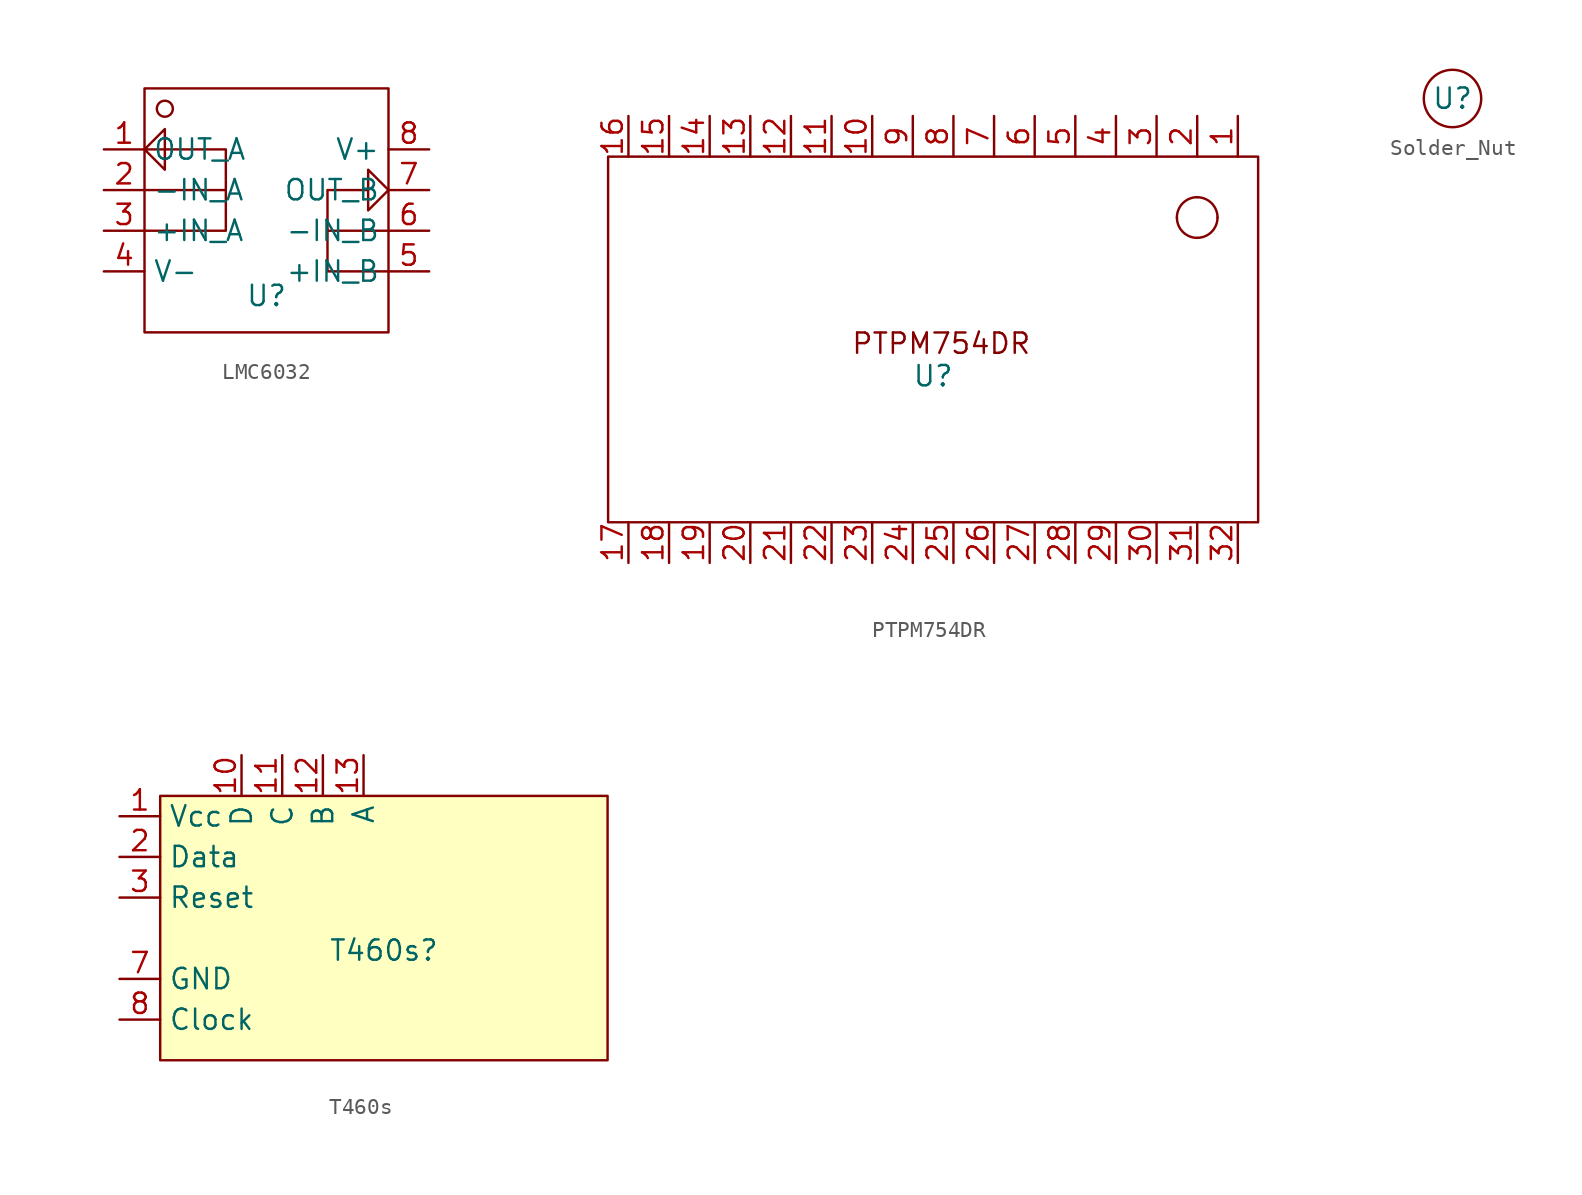
<source format=kicad_sym>
(kicad_symbol_lib
  (version 20241209)
  (generator "kicad_symbol_editor")
  (generator_version "9.0")
  (symbol "LMC6032"
    (property "Reference" "U"
      (at 0 -1.524 0)
      (effects (font (size 1.27 1.27))))
    (property "Value" ""
      (at 0 0 0)
      (effects (font (size 1.27 1.27))))
    (symbol "LMC6032_0_1"
      (rectangle (start -7.62 11.43) (end 7.62 -3.81) (stroke (width 0) (type default)) (fill (type none)))
      (polyline (pts (xy -7.62 5.08) (xy -3.81 5.08) (xy -2.54 5.08) (xy -2.54 7.62) (xy -7.62 7.62) (xy -6.35 8.89) (xy -6.35 6.35) (xy -7.62 7.62)) (stroke (width 0) (type default)) (fill (type none)))
      (polyline (pts (xy -7.62 2.54) (xy -2.54 2.54) (xy -2.54 5.08)) (stroke (width 0) (type default)) (fill (type none)))
      (circle (center -6.35 10.16) (radius 0.5) (stroke (width 0) (type default)) (fill (type none)))
      (polyline (pts (xy 7.62 5.08) (xy 6.35 6.35) (xy 6.35 3.81) (xy 7.62 5.08)) (stroke (width 0) (type default)) (fill (type none)))
      (polyline (pts (xy 7.62 2.54) (xy 3.81 2.54) (xy 3.81 5.08) (xy 6.35 5.08)) (stroke (width 0) (type default)) (fill (type none)))
      (polyline (pts (xy 7.62 0) (xy 3.81 0) (xy 3.81 2.54)) (stroke (width 0) (type default)) (fill (type none))))
    (symbol "LMC6032_1_1"
      (pin output line (at -10.16 7.62 0) (length 2.54) (name "OUT_A" (effects (font (size 1.27 1.27)))) (number "1" (effects (font (size 1.27 1.27)))))
      (pin input line (at -10.16 5.08 0) (length 2.54) (name "-IN_A" (effects (font (size 1.27 1.27)))) (number "2" (effects (font (size 1.27 1.27)))))
      (pin input line (at -10.16 2.54 0) (length 2.54) (name "+IN_A" (effects (font (size 1.27 1.27)))) (number "3" (effects (font (size 1.27 1.27)))))
      (pin power_in line (at -10.16 0 0) (length 2.54) (name "V-" (effects (font (size 1.27 1.27)))) (number "4" (effects (font (size 1.27 1.27)))))
      (pin power_in line (at 10.16 7.62 180) (length 2.54) (name "V+" (effects (font (size 1.27 1.27)))) (number "8" (effects (font (size 1.27 1.27)))))
      (pin output line (at 10.16 5.08 180) (length 2.54) (name "OUT_B" (effects (font (size 1.27 1.27)))) (number "7" (effects (font (size 1.27 1.27)))))
      (pin input line (at 10.16 2.54 180) (length 2.54) (name "-IN_B" (effects (font (size 1.27 1.27)))) (number "6" (effects (font (size 1.27 1.27)))))
      (pin input line (at 10.16 0 180) (length 2.54) (name "+IN_B" (effects (font (size 1.27 1.27)))) (number "5" (effects (font (size 1.27 1.27)))))))
  (symbol "PTPM754DR"
    (property "Reference" "U"
      (at 0 -2.286 0)
      (effects (font (size 1.27 1.27))))
    (property "Value" ""
      (at 0 0 0)
      (effects (font (size 1.27 1.27))))
    (symbol "PTPM754DR_0_1"
      (rectangle (start -20.32 11.43) (end 20.32 -11.43) (stroke (width 0) (type default)) (fill (type none)))
      (arc (start 15.24 7.62) (mid 15.612 8.518) (end 16.51 8.89) (stroke (width 0) (type default)) (fill (type none)))
      (arc (start 16.51 8.89) (mid 17.408 8.518) (end 17.78 7.62) (stroke (width 0) (type default)) (fill (type none)))
      (arc (start 17.78 7.62) (mid 17.408 6.722) (end 16.51 6.35) (stroke (width 0) (type default)) (fill (type none)))
      (arc (start 16.51 6.35) (mid 15.612 6.722) (end 15.24 7.62) (stroke (width 0) (type default)) (fill (type none))))
    (symbol "PTPM754DR_1_1"
      (text "PTPM754DR" (at 0.508 -0.254 0) (effects (font (size 1.27 1.27))))
      (pin bidirectional line (at -19.05 13.97 270) (length 2.54) (name "" (effects (font (size 1.27 1.27)))) (number "16" (effects (font (size 1.27 1.27)))))
      (pin bidirectional line (at -19.05 -13.97 90) (length 2.54) (name "" (effects (font (size 1.27 1.27)))) (number "17" (effects (font (size 1.27 1.27)))))
      (pin bidirectional line (at -16.51 13.97 270) (length 2.54) (name "" (effects (font (size 1.27 1.27)))) (number "15" (effects (font (size 1.27 1.27)))))
      (pin bidirectional line (at -16.51 -13.97 90) (length 2.54) (name "" (effects (font (size 1.27 1.27)))) (number "18" (effects (font (size 1.27 1.27)))))
      (pin bidirectional line (at -13.97 13.97 270) (length 2.54) (name "" (effects (font (size 1.27 1.27)))) (number "14" (effects (font (size 1.27 1.27)))))
      (pin bidirectional line (at -13.97 -13.97 90) (length 2.54) (name "" (effects (font (size 1.27 1.27)))) (number "19" (effects (font (size 1.27 1.27)))))
      (pin bidirectional line (at -11.43 13.97 270) (length 2.54) (name "" (effects (font (size 1.27 1.27)))) (number "13" (effects (font (size 1.27 1.27)))))
      (pin bidirectional line (at -11.43 -13.97 90) (length 2.54) (name "" (effects (font (size 1.27 1.27)))) (number "20" (effects (font (size 1.27 1.27)))))
      (pin bidirectional line (at -8.89 13.97 270) (length 2.54) (name "" (effects (font (size 1.27 1.27)))) (number "12" (effects (font (size 1.27 1.27)))))
      (pin bidirectional line (at -8.89 -13.97 90) (length 2.54) (name "" (effects (font (size 1.27 1.27)))) (number "21" (effects (font (size 1.27 1.27)))))
      (pin bidirectional line (at -6.35 13.97 270) (length 2.54) (name "" (effects (font (size 1.27 1.27)))) (number "11" (effects (font (size 1.27 1.27)))))
      (pin bidirectional line (at -6.35 -13.97 90) (length 2.54) (name "" (effects (font (size 1.27 1.27)))) (number "22" (effects (font (size 1.27 1.27)))))
      (pin bidirectional line (at -3.81 13.97 270) (length 2.54) (name "" (effects (font (size 1.27 1.27)))) (number "10" (effects (font (size 1.27 1.27)))))
      (pin bidirectional line (at -3.81 -13.97 90) (length 2.54) (name "" (effects (font (size 1.27 1.27)))) (number "23" (effects (font (size 1.27 1.27)))))
      (pin bidirectional line (at -1.27 13.97 270) (length 2.54) (name "" (effects (font (size 1.27 1.27)))) (number "9" (effects (font (size 1.27 1.27)))))
      (pin bidirectional line (at -1.27 -13.97 90) (length 2.54) (name "" (effects (font (size 1.27 1.27)))) (number "24" (effects (font (size 1.27 1.27)))))
      (pin bidirectional line (at 1.27 13.97 270) (length 2.54) (name "" (effects (font (size 1.27 1.27)))) (number "8" (effects (font (size 1.27 1.27)))))
      (pin bidirectional line (at 1.27 -13.97 90) (length 2.54) (name "" (effects (font (size 1.27 1.27)))) (number "25" (effects (font (size 1.27 1.27)))))
      (pin bidirectional line (at 3.81 13.97 270) (length 2.54) (name "" (effects (font (size 1.27 1.27)))) (number "7" (effects (font (size 1.27 1.27)))))
      (pin bidirectional line (at 3.81 -13.97 90) (length 2.54) (name "" (effects (font (size 1.27 1.27)))) (number "26" (effects (font (size 1.27 1.27)))))
      (pin bidirectional line (at 6.35 13.97 270) (length 2.54) (name "" (effects (font (size 1.27 1.27)))) (number "6" (effects (font (size 1.27 1.27)))))
      (pin bidirectional line (at 6.35 -13.97 90) (length 2.54) (name "" (effects (font (size 1.27 1.27)))) (number "27" (effects (font (size 1.27 1.27)))))
      (pin bidirectional line (at 8.89 13.97 270) (length 2.54) (name "" (effects (font (size 1.27 1.27)))) (number "5" (effects (font (size 1.27 1.27)))))
      (pin bidirectional line (at 8.89 -13.97 90) (length 2.54) (name "" (effects (font (size 1.27 1.27)))) (number "28" (effects (font (size 1.27 1.27)))))
      (pin bidirectional line (at 11.43 13.97 270) (length 2.54) (name "" (effects (font (size 1.27 1.27)))) (number "4" (effects (font (size 1.27 1.27)))))
      (pin bidirectional line (at 11.43 -13.97 90) (length 2.54) (name "" (effects (font (size 1.27 1.27)))) (number "29" (effects (font (size 1.27 1.27)))))
      (pin bidirectional line (at 13.97 13.97 270) (length 2.54) (name "" (effects (font (size 1.27 1.27)))) (number "3" (effects (font (size 1.27 1.27)))))
      (pin bidirectional line (at 13.97 -13.97 90) (length 2.54) (name "" (effects (font (size 1.27 1.27)))) (number "30" (effects (font (size 1.27 1.27)))))
      (pin bidirectional line (at 16.51 13.97 270) (length 2.54) (name "" (effects (font (size 1.27 1.27)))) (number "2" (effects (font (size 1.27 1.27)))))
      (pin bidirectional line (at 16.51 -13.97 90) (length 2.54) (name "" (effects (font (size 1.27 1.27)))) (number "31" (effects (font (size 1.27 1.27)))))
      (pin bidirectional line (at 19.05 13.97 270) (length 2.54) (name "" (effects (font (size 1.27 1.27)))) (number "1" (effects (font (size 1.27 1.27)))))
      (pin bidirectional line (at 19.05 -13.97 90) (length 2.54) (name "" (effects (font (size 1.27 1.27)))) (number "32" (effects (font (size 1.27 1.27)))))))
  (symbol "Solder_Nut"
    (property "Reference" "U"
      (at 0 0 0)
      (effects (font (size 1.27 1.27))))
    (property "Value" ""
      (at 0 0 0)
      (effects (font (size 1.27 1.27))))
    (symbol "Solder_Nut_0_1"
      (circle (center 0 0) (radius 1.796) (stroke (width 0) (type default)) (fill (type none)))))
  (symbol "T460s"
    (property "Reference" "T460s"
      (at 0 -0.762 0)
      (effects (font (size 1.27 1.27))))
    (property "Value" ""
      (at 0.254 0.254 0)
      (effects (font (size 1.27 1.27))))
    (symbol "T460s_1_1"
      (rectangle (start -13.97 8.89) (end 13.97 -7.62) (stroke (width 0) (type default)) (fill (type background)))
      (pin power_in line (at -16.51 7.62 0) (length 2.54) (name "Vcc" (effects (font (size 1.27 1.27)))) (number "1" (effects (font (size 1.27 1.27)))))
      (pin bidirectional line (at -16.51 5.08 0) (length 2.54) (name "Data" (effects (font (size 1.27 1.27)))) (number "2" (effects (font (size 1.27 1.27)))))
      (pin bidirectional line (at -16.51 2.54 0) (length 2.54) (name "Reset" (effects (font (size 1.27 1.27)))) (number "3" (effects (font (size 1.27 1.27)))))
      (pin power_in line (at -16.51 -2.54 0) (length 2.54) (name "GND" (effects (font (size 1.27 1.27)))) (number "7" (effects (font (size 1.27 1.27)))))
      (pin bidirectional line (at -16.51 -5.08 0) (length 2.54) (name "Clock" (effects (font (size 1.27 1.27)))) (number "8" (effects (font (size 1.27 1.27)))))
      (pin bidirectional line (at -8.89 11.43 270) (length 2.54) (name "D" (effects (font (size 1.27 1.27)))) (number "10" (effects (font (size 1.27 1.27)))))
      (pin bidirectional line (at -6.35 11.43 270) (length 2.54) (name "C" (effects (font (size 1.27 1.27)))) (number "11" (effects (font (size 1.27 1.27)))))
      (pin bidirectional line (at -3.81 11.43 270) (length 2.54) (name "B" (effects (font (size 1.27 1.27)))) (number "12" (effects (font (size 1.27 1.27)))))
      (pin bidirectional line (at -1.27 11.43 270) (length 2.54) (name "A" (effects (font (size 1.27 1.27)))) (number "13" (effects (font (size 1.27 1.27))))))))
</source>
